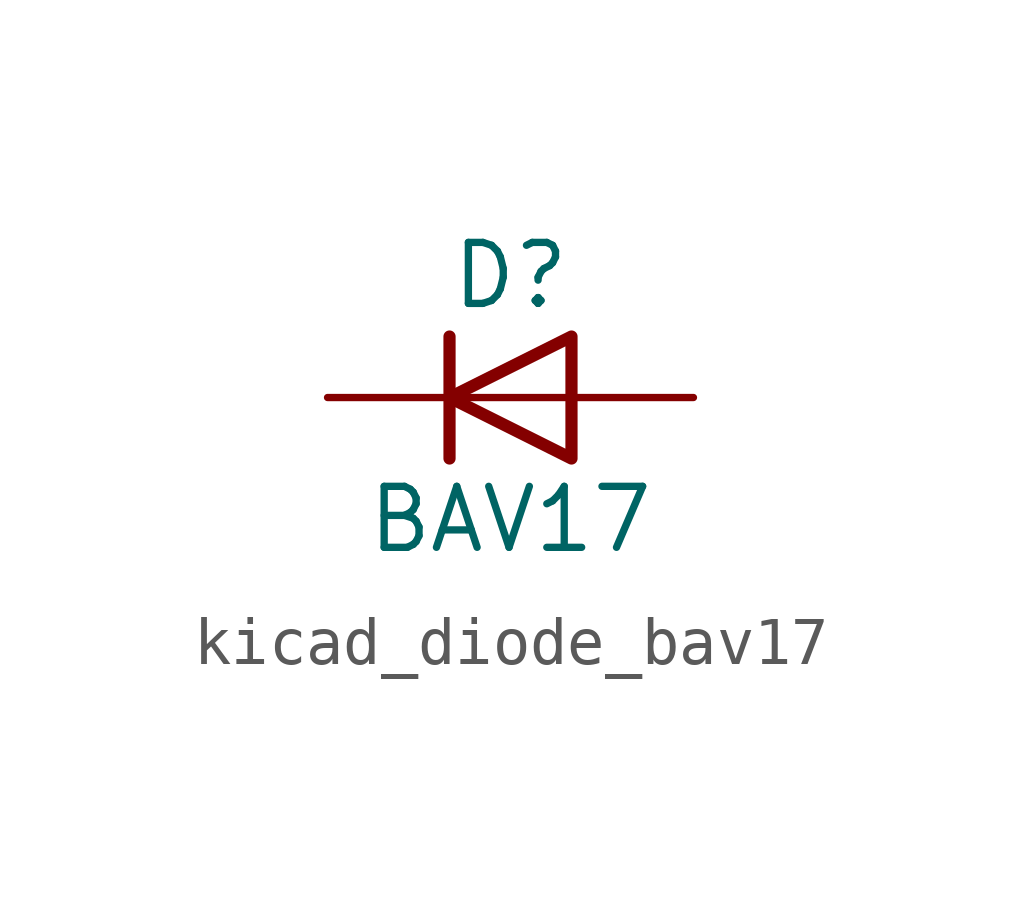
<source format=kicad_sym>
(kicad_symbol_lib
  (version 20220914)
  (generator kicad_symbol_editor)
  (symbol "kicad_diode_bav17"
    (pin_numbers hide)
    (pin_names hide)
    (property "Reference" "D"
      (at 0 2.54 0)
      (effects (font (size 1.27 1.27))))
    (property "Value" "BAV17"
      (at 0 -2.54 0)
      (effects (font (size 1.27 1.27))))
    (symbol "kicad_diode_bav17_0_1"
      (polyline (pts (xy -1.27 1.27) (xy -1.27 -1.27)) (stroke (width 0.254) (type default)) (fill (type none)))
      (polyline (pts (xy 1.27 0) (xy -1.27 0)) (stroke (width 0) (type default)) (fill (type none)))
      (polyline (pts (xy 1.27 1.27) (xy 1.27 -1.27) (xy -1.27 0) (xy 1.27 1.27)) (stroke (width 0.254) (type default)) (fill (type none))))
    (symbol "kicad_diode_bav17_1_1"
      (pin passive line (at -3.81 0 0) (length 2.54) (name "K" (effects (font (size 1.27 1.27)))) (number "1" (effects (font (size 1.27 1.27)))))
      (pin passive line (at 3.81 0 180) (length 2.54) (name "A" (effects (font (size 1.27 1.27)))) (number "2" (effects (font (size 1.27 1.27))))))))
</source>
